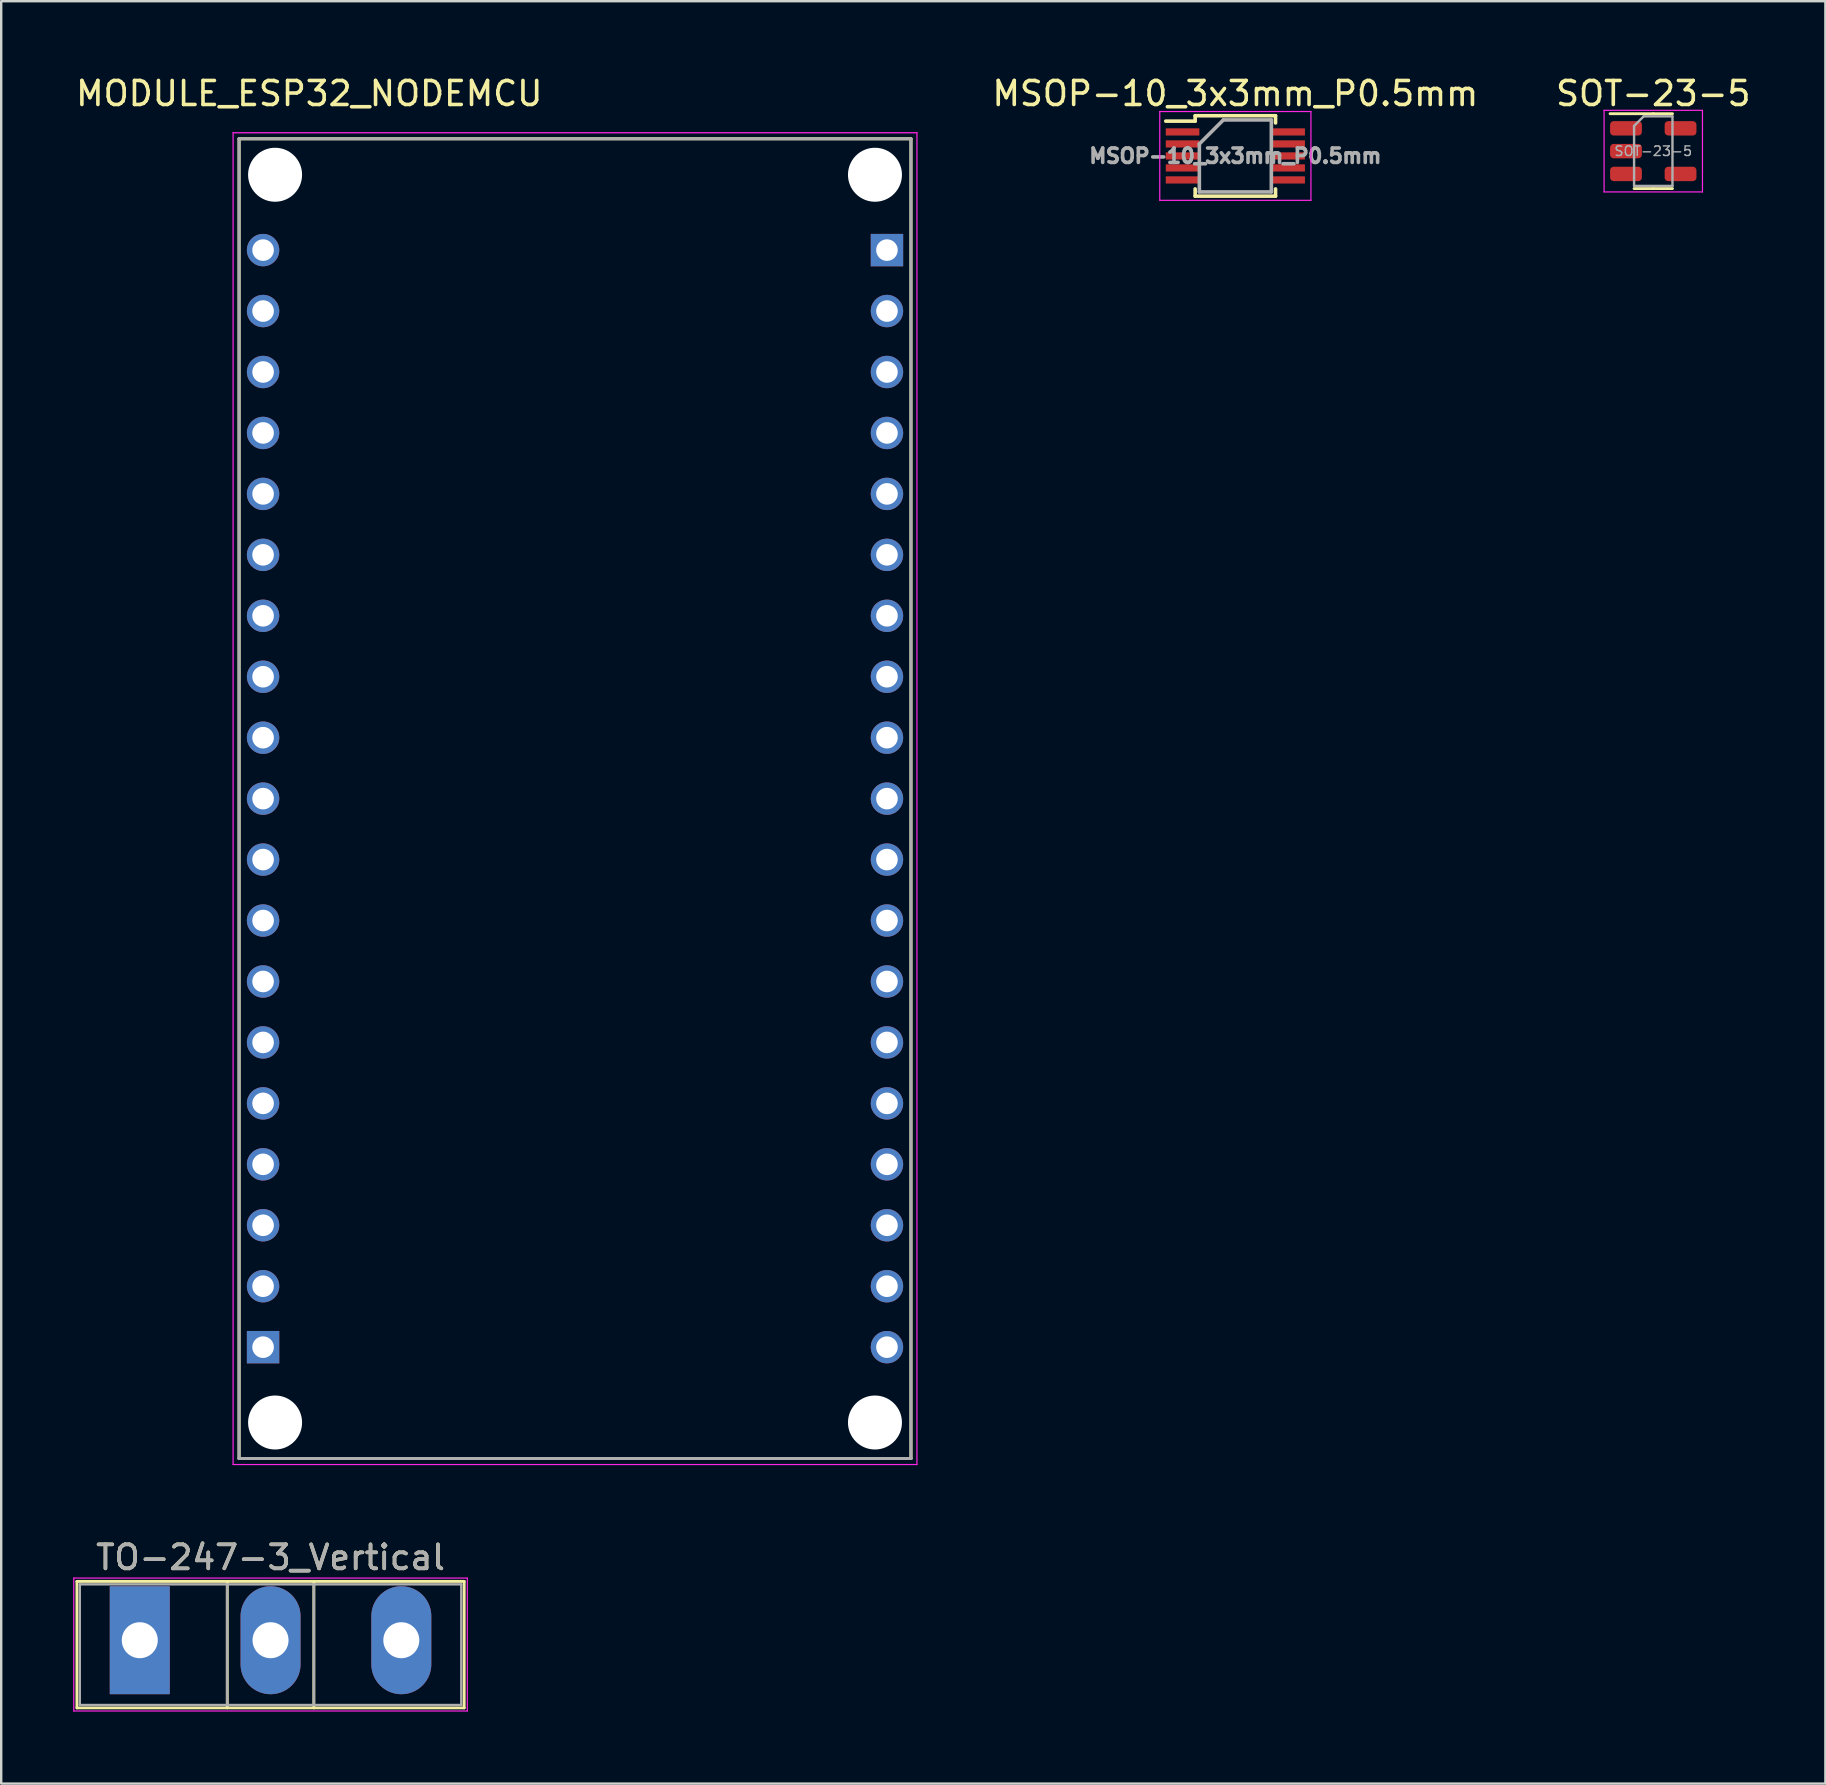
<source format=kicad_pcb>
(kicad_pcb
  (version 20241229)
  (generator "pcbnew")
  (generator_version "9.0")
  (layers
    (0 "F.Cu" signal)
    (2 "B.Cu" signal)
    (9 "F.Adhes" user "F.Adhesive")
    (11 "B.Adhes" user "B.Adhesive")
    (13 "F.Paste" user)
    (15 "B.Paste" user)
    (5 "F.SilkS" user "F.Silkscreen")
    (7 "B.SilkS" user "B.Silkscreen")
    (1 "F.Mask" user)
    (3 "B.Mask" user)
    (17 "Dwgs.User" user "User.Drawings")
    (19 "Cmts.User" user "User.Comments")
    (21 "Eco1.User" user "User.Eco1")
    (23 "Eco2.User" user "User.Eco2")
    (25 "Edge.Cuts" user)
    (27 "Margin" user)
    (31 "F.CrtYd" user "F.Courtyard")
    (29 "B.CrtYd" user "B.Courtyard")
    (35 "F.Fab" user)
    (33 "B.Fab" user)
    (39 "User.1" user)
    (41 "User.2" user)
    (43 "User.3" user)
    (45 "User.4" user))
  (footprint "SOT-23-5"
    (layer "F.Cu")
    (at 65.85 3.248)
    (property "Reference" "SOT-23-5" (at 0 -2.4 0) (layer "F.SilkS") (effects (font (size 1 1) (thickness 0.15))))
    (attr smd)
    (fp_line (start 0 -1.56) (end -1.8 -1.56) (stroke (width 0.12) (type solid)) (layer "F.SilkS"))
    (fp_line (start 0 -1.56) (end 0.8 -1.56) (stroke (width 0.12) (type solid)) (layer "F.SilkS"))
    (fp_line (start 0 1.56) (end -0.8 1.56) (stroke (width 0.12) (type solid)) (layer "F.SilkS"))
    (fp_line (start 0 1.56) (end 0.8 1.56) (stroke (width 0.12) (type solid)) (layer "F.SilkS"))
    (fp_line (start -2.05 -1.7) (end -2.05 1.7) (stroke (width 0.05) (type solid)) (layer "F.CrtYd"))
    (fp_line (start -2.05 1.7) (end 2.05 1.7) (stroke (width 0.05) (type solid)) (layer "F.CrtYd"))
    (fp_line (start 2.05 -1.7) (end -2.05 -1.7) (stroke (width 0.05) (type solid)) (layer "F.CrtYd"))
    (fp_line (start 2.05 1.7) (end 2.05 -1.7) (stroke (width 0.05) (type solid)) (layer "F.CrtYd"))
    (fp_line (start -0.8 -1.05) (end -0.4 -1.45) (stroke (width 0.1) (type solid)) (layer "F.Fab"))
    (fp_line (start -0.8 1.45) (end -0.8 -1.05) (stroke (width 0.1) (type solid)) (layer "F.Fab"))
    (fp_line (start -0.4 -1.45) (end 0.8 -1.45) (stroke (width 0.1) (type solid)) (layer "F.Fab"))
    (fp_line (start 0.8 -1.45) (end 0.8 1.45) (stroke (width 0.1) (type solid)) (layer "F.Fab"))
    (fp_line (start 0.8 1.45) (end -0.8 1.45) (stroke (width 0.1) (type solid)) (layer "F.Fab"))
    (fp_text user "${REFERENCE}" (at 0 0 0) (layer "F.Fab") (effects (font (size 0.4 0.4) (thickness 0.06))))
    (pad "1" smd roundrect (at -1.137 -0.95) (size 1.325 0.6) (layers "F.Cu" "F.Mask" "F.Paste") (roundrect_rratio 0.25))
    (pad "2" smd roundrect (at -1.137 0) (size 1.325 0.6) (layers "F.Cu" "F.Mask" "F.Paste") (roundrect_rratio 0.25))
    (pad "3" smd roundrect (at -1.137 0.95) (size 1.325 0.6) (layers "F.Cu" "F.Mask" "F.Paste") (roundrect_rratio 0.25))
    (pad "4" smd roundrect (at 1.137 0.95) (size 1.325 0.6) (layers "F.Cu" "F.Mask" "F.Paste") (roundrect_rratio 0.25))
    (pad "5" smd roundrect (at 1.137 -0.95) (size 1.325 0.6) (layers "F.Cu" "F.Mask" "F.Paste") (roundrect_rratio 0.25)))
  (footprint "MSOP-10_3x3mm_P0.5mm"
    (layer "F.Cu")
    (at 48.433 3.448)
    (property "Reference" "MSOP-10_3x3mm_P0.5mm" (at 0 -2.6 0) (layer "F.SilkS") (effects (font (size 1 1) (thickness 0.15))))
    (attr smd)
    (fp_line (start -1.675 -1.675) (end -1.675 -1.45) (stroke (width 0.15) (type solid)) (layer "F.SilkS"))
    (fp_line (start -1.675 -1.675) (end 1.675 -1.675) (stroke (width 0.15) (type solid)) (layer "F.SilkS"))
    (fp_line (start -1.675 -1.45) (end -2.9 -1.45) (stroke (width 0.15) (type solid)) (layer "F.SilkS"))
    (fp_line (start -1.675 1.675) (end -1.675 1.375) (stroke (width 0.15) (type solid)) (layer "F.SilkS"))
    (fp_line (start -1.675 1.675) (end 1.675 1.675) (stroke (width 0.15) (type solid)) (layer "F.SilkS"))
    (fp_line (start 1.675 -1.675) (end 1.675 -1.375) (stroke (width 0.15) (type solid)) (layer "F.SilkS"))
    (fp_line (start 1.675 1.675) (end 1.675 1.375) (stroke (width 0.15) (type solid)) (layer "F.SilkS"))
    (fp_line (start -3.15 -1.85) (end -3.15 1.85) (stroke (width 0.05) (type solid)) (layer "F.CrtYd"))
    (fp_line (start -3.15 -1.85) (end 3.15 -1.85) (stroke (width 0.05) (type solid)) (layer "F.CrtYd"))
    (fp_line (start -3.15 1.85) (end 3.15 1.85) (stroke (width 0.05) (type solid)) (layer "F.CrtYd"))
    (fp_line (start 3.15 -1.85) (end 3.15 1.85) (stroke (width 0.05) (type solid)) (layer "F.CrtYd"))
    (fp_line (start -1.5 -0.5) (end -0.5 -1.5) (stroke (width 0.15) (type solid)) (layer "F.Fab"))
    (fp_line (start -1.5 1.5) (end -1.5 -0.5) (stroke (width 0.15) (type solid)) (layer "F.Fab"))
    (fp_line (start -0.5 -1.5) (end 1.5 -1.5) (stroke (width 0.15) (type solid)) (layer "F.Fab"))
    (fp_line (start 1.5 -1.5) (end 1.5 1.5) (stroke (width 0.15) (type solid)) (layer "F.Fab"))
    (fp_line (start 1.5 1.5) (end -1.5 1.5) (stroke (width 0.15) (type solid)) (layer "F.Fab"))
    (fp_text user "${REFERENCE}" (at 0 0 0) (layer "F.Fab") (effects (font (size 0.6 0.6) (thickness 0.15))))
    (pad "1" smd rect (at -2.2 -1) (size 1.4 0.3) (layers "F.Cu" "F.Mask" "F.Paste"))
    (pad "2" smd rect (at -2.2 -0.5) (size 1.4 0.3) (layers "F.Cu" "F.Mask" "F.Paste"))
    (pad "3" smd rect (at -2.2 0) (size 1.4 0.3) (layers "F.Cu" "F.Mask" "F.Paste"))
    (pad "4" smd rect (at -2.2 0.5) (size 1.4 0.3) (layers "F.Cu" "F.Mask" "F.Paste"))
    (pad "5" smd rect (at -2.2 1) (size 1.4 0.3) (layers "F.Cu" "F.Mask" "F.Paste"))
    (pad "6" smd rect (at 2.2 1) (size 1.4 0.3) (layers "F.Cu" "F.Mask" "F.Paste"))
    (pad "7" smd rect (at 2.2 0.5) (size 1.4 0.3) (layers "F.Cu" "F.Mask" "F.Paste"))
    (pad "8" smd rect (at 2.2 0) (size 1.4 0.3) (layers "F.Cu" "F.Mask" "F.Paste"))
    (pad "9" smd rect (at 2.2 -0.5) (size 1.4 0.3) (layers "F.Cu" "F.Mask" "F.Paste"))
    (pad "10" smd rect (at 2.2 -1) (size 1.4 0.3) (layers "F.Cu" "F.Mask" "F.Paste")))
  (footprint "TO-247-3_Vertical"
    (layer "F.Cu")
    (at 2.775 65.306)
    (property "Reference" "TO-247-3_Vertical" (at 5.45 -3.45 0) (layer "F.SilkS") (effects (font (size 1 1) (thickness 0.15))))
    (attr through_hole)
    (fp_line (start -2.62 -2.451) (end -2.62 2.82) (stroke (width 0.12) (type solid)) (layer "F.SilkS"))
    (fp_line (start -2.62 -2.451) (end 13.52 -2.451) (stroke (width 0.12) (type solid)) (layer "F.SilkS"))
    (fp_line (start -2.62 2.82) (end 13.52 2.82) (stroke (width 0.12) (type solid)) (layer "F.SilkS"))
    (fp_line (start 3.646 -2.451) (end 3.646 2.82) (stroke (width 0.12) (type solid)) (layer "F.SilkS"))
    (fp_line (start 7.255 -2.451) (end 7.255 2.82) (stroke (width 0.12) (type solid)) (layer "F.SilkS"))
    (fp_line (start 13.52 -2.451) (end 13.52 2.82) (stroke (width 0.12) (type solid)) (layer "F.SilkS"))
    (fp_line (start -2.75 -2.59) (end -2.75 2.95) (stroke (width 0.05) (type solid)) (layer "F.CrtYd"))
    (fp_line (start -2.75 2.95) (end 13.65 2.95) (stroke (width 0.05) (type solid)) (layer "F.CrtYd"))
    (fp_line (start 13.65 -2.59) (end -2.75 -2.59) (stroke (width 0.05) (type solid)) (layer "F.CrtYd"))
    (fp_line (start 13.65 2.95) (end 13.65 -2.59) (stroke (width 0.05) (type solid)) (layer "F.CrtYd"))
    (fp_line (start -2.5 -2.33) (end -2.5 2.7) (stroke (width 0.1) (type solid)) (layer "F.Fab"))
    (fp_line (start -2.5 2.7) (end 13.4 2.7) (stroke (width 0.1) (type solid)) (layer "F.Fab"))
    (fp_line (start 3.645 -2.33) (end 3.645 2.7) (stroke (width 0.1) (type solid)) (layer "F.Fab"))
    (fp_line (start 7.255 -2.33) (end 7.255 2.7) (stroke (width 0.1) (type solid)) (layer "F.Fab"))
    (fp_line (start 13.4 -2.33) (end -2.5 -2.33) (stroke (width 0.1) (type solid)) (layer "F.Fab"))
    (fp_line (start 13.4 2.7) (end 13.4 -2.33) (stroke (width 0.1) (type solid)) (layer "F.Fab"))
    (fp_text user "${REFERENCE}" (at 5.45 -3.45 0) (layer "F.Fab") (effects (font (size 1 1) (thickness 0.15))))
    (pad "1" thru_hole rect (at 0 0) (size 2.5 4.5) (drill 1.5) (layers "*.Cu" "*.Mask"))
    (pad "2" thru_hole oval (at 5.45 0) (size 2.5 4.5) (drill 1.5) (layers "*.Cu" "*.Mask"))
    (pad "3" thru_hole oval (at 10.9 0) (size 2.5 4.5) (drill 1.5) (layers "*.Cu" "*.Mask")))
  (footprint "MODULE_ESP32_NODEMCU"
    (layer "F.Cu")
    (at 20.914 30.233)
    (property "Reference" "MODULE_ESP32_NODEMCU" (at -11.075 -29.385 0) (layer "F.SilkS") (effects (font (size 1 1) (thickness 0.15))))
    (attr through_hole)
    (fp_line (start -14 -27.5) (end -14 27.5) (stroke (width 0.127) (type solid)) (layer "F.SilkS"))
    (fp_line (start -14 -27.5) (end 14 -27.5) (stroke (width 0.127) (type solid)) (layer "F.SilkS"))
    (fp_line (start -14 27.5) (end 14 27.5) (stroke (width 0.127) (type solid)) (layer "F.SilkS"))
    (fp_line (start 14 -27.5) (end 14 27.5) (stroke (width 0.127) (type solid)) (layer "F.SilkS"))
    (fp_line (start -14.25 -27.75) (end -14.25 27.75) (stroke (width 0.05) (type solid)) (layer "F.CrtYd"))
    (fp_line (start -14.25 27.75) (end 14.25 27.75) (stroke (width 0.05) (type solid)) (layer "F.CrtYd"))
    (fp_line (start 14.25 -27.75) (end -14.25 -27.75) (stroke (width 0.05) (type solid)) (layer "F.CrtYd"))
    (fp_line (start 14.25 27.75) (end 14.25 -27.75) (stroke (width 0.05) (type solid)) (layer "F.CrtYd"))
    (fp_line (start -14 -27.5) (end 14 -27.5) (stroke (width 0.127) (type solid)) (layer "F.Fab"))
    (fp_line (start -14 27.5) (end -14 -27.5) (stroke (width 0.127) (type solid)) (layer "F.Fab"))
    (fp_line (start 14 -27.5) (end 14 27.5) (stroke (width 0.127) (type solid)) (layer "F.Fab"))
    (fp_line (start 14 27.5) (end -14 27.5) (stroke (width 0.127) (type solid)) (layer "F.Fab"))
    (pad "" np_thru_hole circle (at -12.5 -26) (size 2.25 2.25) (drill 2.25) (layers "*.Cu" "*.Mask"))
    (pad "" np_thru_hole circle (at -12.5 26) (size 2.25 2.25) (drill 2.25) (layers "*.Cu" "*.Mask"))
    (pad "" np_thru_hole circle (at 12.5 -26) (size 2.25 2.25) (drill 2.25) (layers "*.Cu" "*.Mask"))
    (pad "" np_thru_hole circle (at 12.5 26) (size 2.25 2.25) (drill 2.25) (layers "*.Cu" "*.Mask"))
    (pad "J4_1" thru_hole rect (at 13 -22.86) (size 1.35 1.35) (drill 0.9) (layers "*.Cu" "*.Mask"))
    (pad "J4_2" thru_hole circle (at 13 -20.32) (size 1.35 1.35) (drill 0.9) (layers "*.Cu" "*.Mask"))
    (pad "J4_3" thru_hole circle (at 13 -17.78) (size 1.35 1.35) (drill 0.9) (layers "*.Cu" "*.Mask"))
    (pad "J4_4" thru_hole circle (at 13 -15.24) (size 1.35 1.35) (drill 0.9) (layers "*.Cu" "*.Mask"))
    (pad "J4_5" thru_hole circle (at 13 -12.7) (size 1.35 1.35) (drill 0.9) (layers "*.Cu" "*.Mask"))
    (pad "J4_6" thru_hole circle (at 13 -10.16) (size 1.35 1.35) (drill 0.9) (layers "*.Cu" "*.Mask"))
    (pad "J4_7" thru_hole circle (at 13 -7.62) (size 1.35 1.35) (drill 0.9) (layers "*.Cu" "*.Mask"))
    (pad "J4_8" thru_hole circle (at 13 -5.08) (size 1.35 1.35) (drill 0.9) (layers "*.Cu" "*.Mask"))
    (pad "J4_9" thru_hole circle (at 13 -2.54) (size 1.35 1.35) (drill 0.9) (layers "*.Cu" "*.Mask"))
    (pad "J4_10" thru_hole circle (at 13 0) (size 1.35 1.35) (drill 0.9) (layers "*.Cu" "*.Mask"))
    (pad "J4_11" thru_hole circle (at 13 2.54) (size 1.35 1.35) (drill 0.9) (layers "*.Cu" "*.Mask"))
    (pad "J4_12" thru_hole circle (at 13 5.08) (size 1.35 1.35) (drill 0.9) (layers "*.Cu" "*.Mask"))
    (pad "J4_13" thru_hole circle (at 13 7.62) (size 1.35 1.35) (drill 0.9) (layers "*.Cu" "*.Mask"))
    (pad "J4_14" thru_hole circle (at 13 10.16) (size 1.35 1.35) (drill 0.9) (layers "*.Cu" "*.Mask"))
    (pad "J4_15" thru_hole circle (at 13 12.7) (size 1.35 1.35) (drill 0.9) (layers "*.Cu" "*.Mask"))
    (pad "J4_16" thru_hole circle (at 13 15.24) (size 1.35 1.35) (drill 0.9) (layers "*.Cu" "*.Mask"))
    (pad "J4_17" thru_hole circle (at 13 17.78) (size 1.35 1.35) (drill 0.9) (layers "*.Cu" "*.Mask"))
    (pad "J4_18" thru_hole circle (at 13 20.32) (size 1.35 1.35) (drill 0.9) (layers "*.Cu" "*.Mask"))
    (pad "J4_19" thru_hole circle (at 13 22.86) (size 1.35 1.35) (drill 0.9) (layers "*.Cu" "*.Mask"))
    (pad "J5_1" thru_hole rect (at -13 22.86) (size 1.35 1.35) (drill 0.9) (layers "*.Cu" "*.Mask"))
    (pad "J5_2" thru_hole circle (at -13 20.32) (size 1.35 1.35) (drill 0.9) (layers "*.Cu" "*.Mask"))
    (pad "J5_3" thru_hole circle (at -13 17.78) (size 1.35 1.35) (drill 0.9) (layers "*.Cu" "*.Mask"))
    (pad "J5_4" thru_hole circle (at -13 15.24) (size 1.35 1.35) (drill 0.9) (layers "*.Cu" "*.Mask"))
    (pad "J5_5" thru_hole circle (at -13 12.7) (size 1.35 1.35) (drill 0.9) (layers "*.Cu" "*.Mask"))
    (pad "J5_6" thru_hole circle (at -13 10.16) (size 1.35 1.35) (drill 0.9) (layers "*.Cu" "*.Mask"))
    (pad "J5_7" thru_hole circle (at -13 7.62) (size 1.35 1.35) (drill 0.9) (layers "*.Cu" "*.Mask"))
    (pad "J5_8" thru_hole circle (at -13 5.08) (size 1.35 1.35) (drill 0.9) (layers "*.Cu" "*.Mask"))
    (pad "J5_9" thru_hole circle (at -13 2.54) (size 1.35 1.35) (drill 0.9) (layers "*.Cu" "*.Mask"))
    (pad "J5_10" thru_hole circle (at -13 0) (size 1.35 1.35) (drill 0.9) (layers "*.Cu" "*.Mask"))
    (pad "J5_11" thru_hole circle (at -13 -2.54) (size 1.35 1.35) (drill 0.9) (layers "*.Cu" "*.Mask"))
    (pad "J5_12" thru_hole circle (at -13 -5.08) (size 1.35 1.35) (drill 0.9) (layers "*.Cu" "*.Mask"))
    (pad "J5_13" thru_hole circle (at -13 -7.62) (size 1.35 1.35) (drill 0.9) (layers "*.Cu" "*.Mask"))
    (pad "J5_14" thru_hole circle (at -13 -10.16) (size 1.35 1.35) (drill 0.9) (layers "*.Cu" "*.Mask"))
    (pad "J5_15" thru_hole circle (at -13 -12.7) (size 1.35 1.35) (drill 0.9) (layers "*.Cu" "*.Mask"))
    (pad "J5_16" thru_hole circle (at -13 -15.24) (size 1.35 1.35) (drill 0.9) (layers "*.Cu" "*.Mask"))
    (pad "J5_17" thru_hole circle (at -13 -17.78) (size 1.35 1.35) (drill 0.9) (layers "*.Cu" "*.Mask"))
    (pad "J5_18" thru_hole circle (at -13 -20.32) (size 1.35 1.35) (drill 0.9) (layers "*.Cu" "*.Mask"))
    (pad "J5_19" thru_hole circle (at -13 -22.86) (size 1.35 1.35) (drill 0.9) (layers "*.Cu" "*.Mask")))
  (gr_rect
    (start -3 -3)
    (end 73.023 71.281)
    (stroke (width 0.1) (type default))
    (fill no)
    (layer "Edge.Cuts")))
</source>
